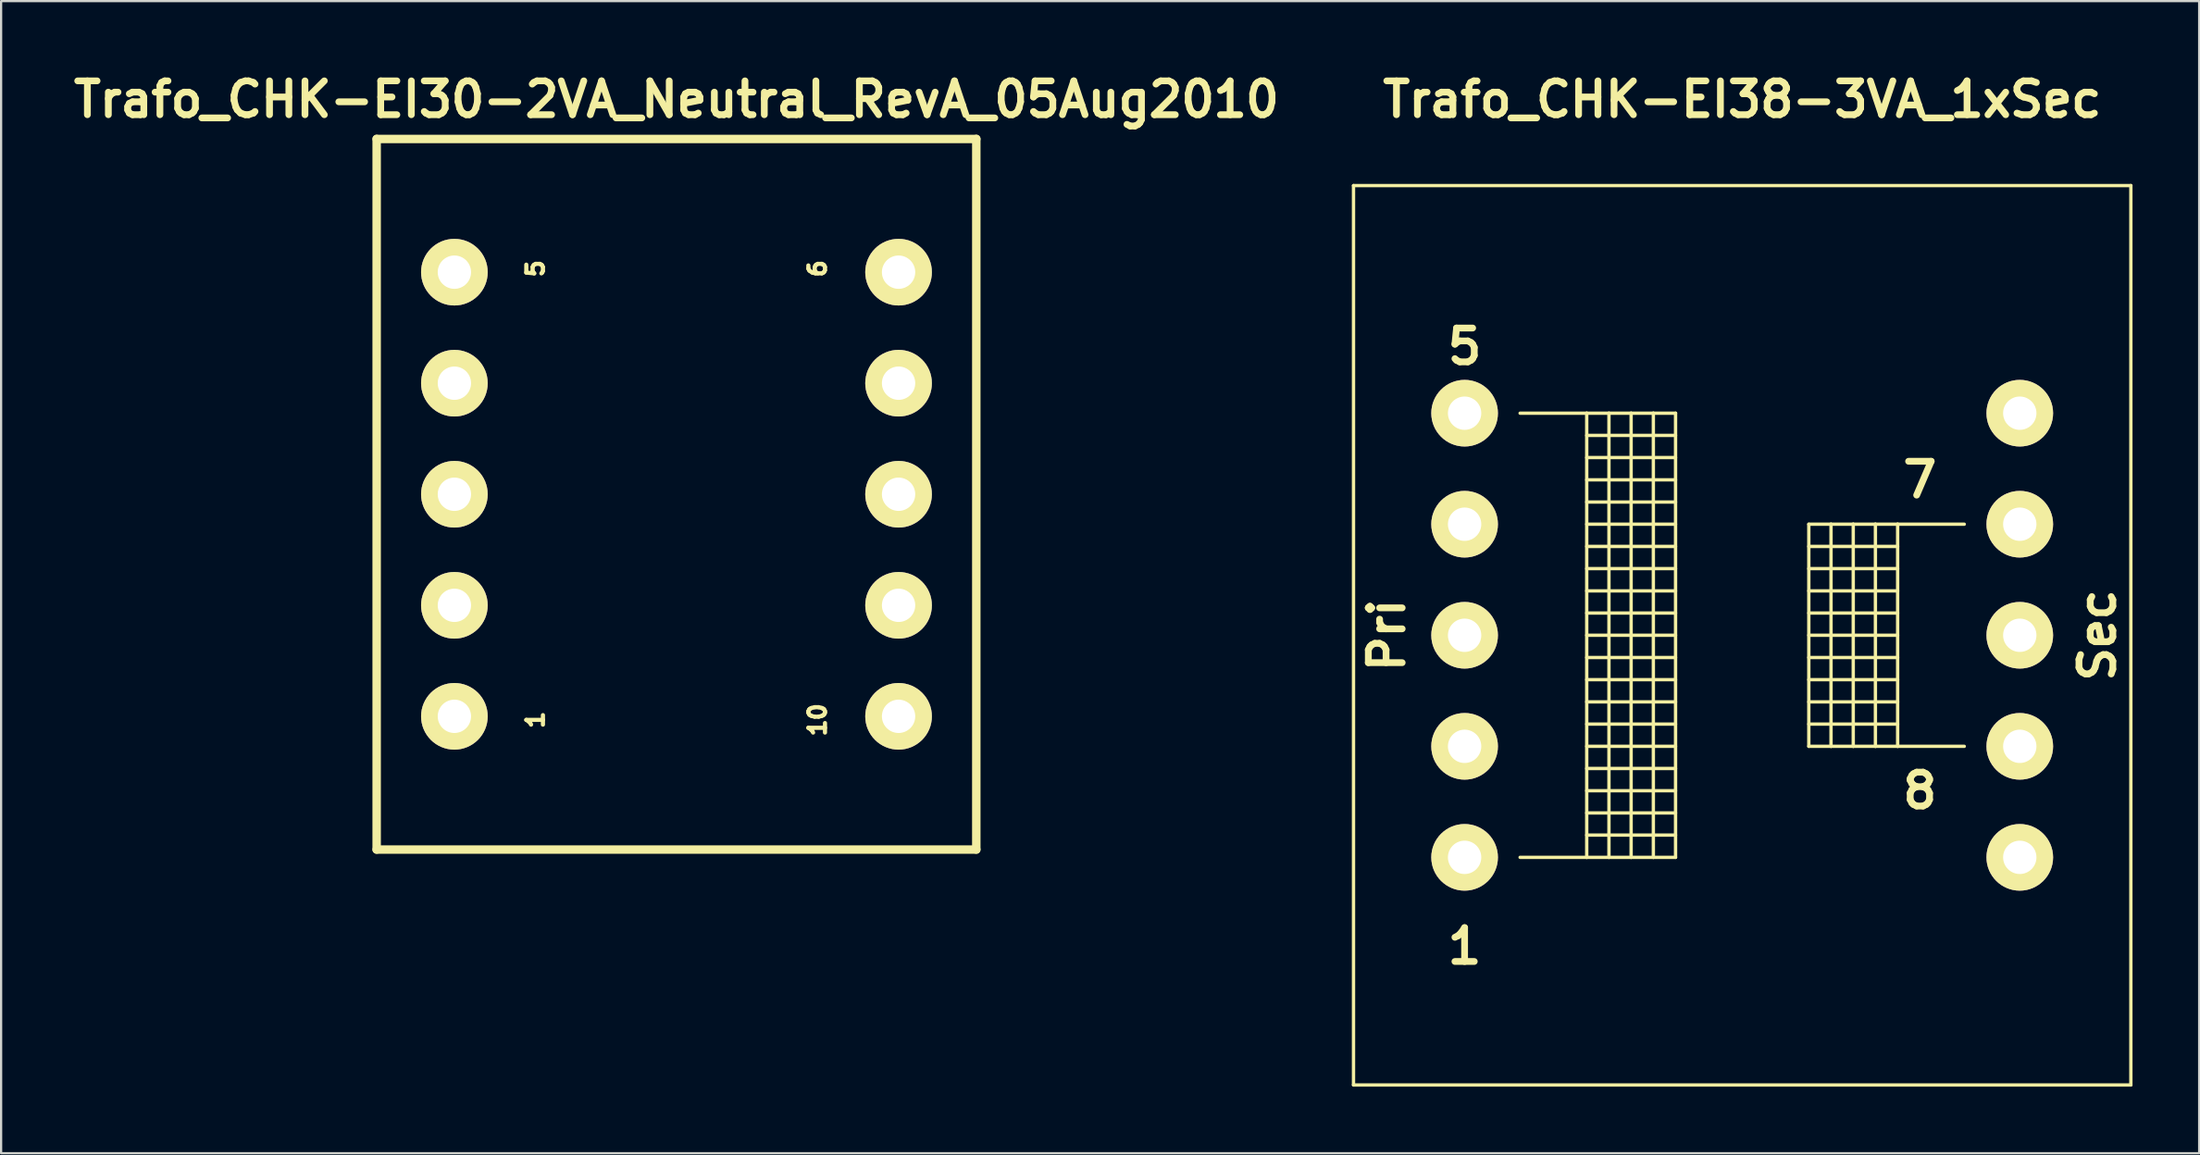
<source format=kicad_pcb>
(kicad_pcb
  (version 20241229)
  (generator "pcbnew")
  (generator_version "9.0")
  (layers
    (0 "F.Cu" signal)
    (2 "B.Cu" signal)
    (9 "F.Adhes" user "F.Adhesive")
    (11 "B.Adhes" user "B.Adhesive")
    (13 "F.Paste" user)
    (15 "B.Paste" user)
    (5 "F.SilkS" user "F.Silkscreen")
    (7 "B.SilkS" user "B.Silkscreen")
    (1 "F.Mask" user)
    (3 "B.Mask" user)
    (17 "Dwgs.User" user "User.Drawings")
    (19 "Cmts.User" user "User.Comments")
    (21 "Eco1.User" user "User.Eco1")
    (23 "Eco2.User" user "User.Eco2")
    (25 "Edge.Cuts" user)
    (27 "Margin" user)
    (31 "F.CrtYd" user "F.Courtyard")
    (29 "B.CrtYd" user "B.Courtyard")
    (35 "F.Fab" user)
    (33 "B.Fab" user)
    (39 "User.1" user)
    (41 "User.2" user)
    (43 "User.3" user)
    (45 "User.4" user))
  (footprint "Trafo_CHK-EI38-3VA_1xSec"
    (layer "F.Cu")
    (at 75.396 25.556)
    (property "Reference" "Trafo_CHK-EI38-3VA_1xSec" (at 0 -24.13 0) (layer "F.SilkS") (effects (font (size 1.524 1.524) (thickness 0.305))))
    (attr through_hole)
    (fp_line (start -17.501 -20.249) (end -17.501 20.249) (stroke (width 0.15) (type solid)) (layer "F.SilkS"))
    (fp_line (start -17.501 20.249) (end 17.501 20.249) (stroke (width 0.15) (type solid)) (layer "F.SilkS"))
    (fp_line (start -10 -10) (end -7 -10) (stroke (width 0.15) (type solid)) (layer "F.SilkS"))
    (fp_line (start -7 -10) (end -7 10) (stroke (width 0.15) (type solid)) (layer "F.SilkS"))
    (fp_line (start -7 -10) (end -5.999 -10) (stroke (width 0.15) (type solid)) (layer "F.SilkS"))
    (fp_line (start -7 -8.999) (end -3 -8.999) (stroke (width 0.15) (type solid)) (layer "F.SilkS"))
    (fp_line (start -7 -8.001) (end -3 -8.001) (stroke (width 0.15) (type solid)) (layer "F.SilkS"))
    (fp_line (start -7 -7) (end -3 -7) (stroke (width 0.15) (type solid)) (layer "F.SilkS"))
    (fp_line (start -7 -5.999) (end -3 -5.999) (stroke (width 0.15) (type solid)) (layer "F.SilkS"))
    (fp_line (start -7 -5.001) (end -3 -5.001) (stroke (width 0.15) (type solid)) (layer "F.SilkS"))
    (fp_line (start -7 -4) (end -3 -4) (stroke (width 0.15) (type solid)) (layer "F.SilkS"))
    (fp_line (start -7 -3) (end -3 -3) (stroke (width 0.15) (type solid)) (layer "F.SilkS"))
    (fp_line (start -7 -1.999) (end -3 -1.999) (stroke (width 0.15) (type solid)) (layer "F.SilkS"))
    (fp_line (start -7 -1.001) (end -3 -1.001) (stroke (width 0.15) (type solid)) (layer "F.SilkS"))
    (fp_line (start -7 0) (end -3 0) (stroke (width 0.15) (type solid)) (layer "F.SilkS"))
    (fp_line (start -7 1.001) (end -3 1.001) (stroke (width 0.15) (type solid)) (layer "F.SilkS"))
    (fp_line (start -7 1.999) (end -3 1.999) (stroke (width 0.15) (type solid)) (layer "F.SilkS"))
    (fp_line (start -7 3) (end -3 3) (stroke (width 0.15) (type solid)) (layer "F.SilkS"))
    (fp_line (start -7 4) (end -3 4) (stroke (width 0.15) (type solid)) (layer "F.SilkS"))
    (fp_line (start -7 5.001) (end -3 5.001) (stroke (width 0.15) (type solid)) (layer "F.SilkS"))
    (fp_line (start -7 5.999) (end -3 5.999) (stroke (width 0.15) (type solid)) (layer "F.SilkS"))
    (fp_line (start -7 7) (end -3 7) (stroke (width 0.15) (type solid)) (layer "F.SilkS"))
    (fp_line (start -7 8.001) (end -3 8.001) (stroke (width 0.15) (type solid)) (layer "F.SilkS"))
    (fp_line (start -7 8.999) (end -3 8.999) (stroke (width 0.15) (type solid)) (layer "F.SilkS"))
    (fp_line (start -7 10) (end -10 10) (stroke (width 0.15) (type solid)) (layer "F.SilkS"))
    (fp_line (start -5.999 -10) (end -5.999 10) (stroke (width 0.15) (type solid)) (layer "F.SilkS"))
    (fp_line (start -5.999 -10) (end -5.001 -10) (stroke (width 0.15) (type solid)) (layer "F.SilkS"))
    (fp_line (start -5.999 10) (end -7 10) (stroke (width 0.15) (type solid)) (layer "F.SilkS"))
    (fp_line (start -5.001 -10) (end -5.001 10) (stroke (width 0.15) (type solid)) (layer "F.SilkS"))
    (fp_line (start -5.001 -10) (end -4 -10) (stroke (width 0.15) (type solid)) (layer "F.SilkS"))
    (fp_line (start -5.001 10) (end -5.999 10) (stroke (width 0.15) (type solid)) (layer "F.SilkS"))
    (fp_line (start -4 -10) (end -4 10) (stroke (width 0.15) (type solid)) (layer "F.SilkS"))
    (fp_line (start -4 -10) (end -3 -10) (stroke (width 0.15) (type solid)) (layer "F.SilkS"))
    (fp_line (start -4 10) (end -5.001 10) (stroke (width 0.15) (type solid)) (layer "F.SilkS"))
    (fp_line (start -3 -10) (end -3 10) (stroke (width 0.15) (type solid)) (layer "F.SilkS"))
    (fp_line (start -3 10) (end -4 10) (stroke (width 0.15) (type solid)) (layer "F.SilkS"))
    (fp_line (start 3 -5.001) (end 3 5.001) (stroke (width 0.15) (type solid)) (layer "F.SilkS"))
    (fp_line (start 3 -4) (end 7 -4) (stroke (width 0.15) (type solid)) (layer "F.SilkS"))
    (fp_line (start 3 -1.999) (end 7 -1.999) (stroke (width 0.15) (type solid)) (layer "F.SilkS"))
    (fp_line (start 3 0) (end 7 0) (stroke (width 0.15) (type solid)) (layer "F.SilkS"))
    (fp_line (start 3 1.999) (end 7 1.999) (stroke (width 0.15) (type solid)) (layer "F.SilkS"))
    (fp_line (start 3 4) (end 7 4) (stroke (width 0.15) (type solid)) (layer "F.SilkS"))
    (fp_line (start 3 5.001) (end 4 5.001) (stroke (width 0.15) (type solid)) (layer "F.SilkS"))
    (fp_line (start 4 -5.001) (end 3 -5.001) (stroke (width 0.15) (type solid)) (layer "F.SilkS"))
    (fp_line (start 4 -5.001) (end 4 5.001) (stroke (width 0.15) (type solid)) (layer "F.SilkS"))
    (fp_line (start 4 5.001) (end 5.001 5.001) (stroke (width 0.15) (type solid)) (layer "F.SilkS"))
    (fp_line (start 5.001 -5.001) (end 4 -5.001) (stroke (width 0.15) (type solid)) (layer "F.SilkS"))
    (fp_line (start 5.001 -5.001) (end 5.001 5.001) (stroke (width 0.15) (type solid)) (layer "F.SilkS"))
    (fp_line (start 5.001 5.001) (end 5.999 5.001) (stroke (width 0.15) (type solid)) (layer "F.SilkS"))
    (fp_line (start 5.999 -5.001) (end 5.001 -5.001) (stroke (width 0.15) (type solid)) (layer "F.SilkS"))
    (fp_line (start 5.999 -5.001) (end 5.999 5.001) (stroke (width 0.15) (type solid)) (layer "F.SilkS"))
    (fp_line (start 5.999 5.001) (end 7 5.001) (stroke (width 0.15) (type solid)) (layer "F.SilkS"))
    (fp_line (start 7 -5.001) (end 5.999 -5.001) (stroke (width 0.15) (type solid)) (layer "F.SilkS"))
    (fp_line (start 7 -5.001) (end 7 5.001) (stroke (width 0.15) (type solid)) (layer "F.SilkS"))
    (fp_line (start 7 -3) (end 3 -3) (stroke (width 0.15) (type solid)) (layer "F.SilkS"))
    (fp_line (start 7 -1.001) (end 3 -1.001) (stroke (width 0.15) (type solid)) (layer "F.SilkS"))
    (fp_line (start 7 1.001) (end 3 1.001) (stroke (width 0.15) (type solid)) (layer "F.SilkS"))
    (fp_line (start 7 3) (end 3 3) (stroke (width 0.15) (type solid)) (layer "F.SilkS"))
    (fp_line (start 7 5.001) (end 10 5.001) (stroke (width 0.15) (type solid)) (layer "F.SilkS"))
    (fp_line (start 10 -5.001) (end 7 -5.001) (stroke (width 0.15) (type solid)) (layer "F.SilkS"))
    (fp_line (start 17.501 -20.249) (end -17.501 -20.249) (stroke (width 0.15) (type solid)) (layer "F.SilkS"))
    (fp_line (start 17.501 20.249) (end 17.501 -20.249) (stroke (width 0.15) (type solid)) (layer "F.SilkS"))
    (fp_text user "Pri" (at -15.999 0 90) (layer "F.SilkS") (effects (font (size 1.524 1.524) (thickness 0.305))))
    (fp_text user "Sec" (at 15.999 0 90) (layer "F.SilkS") (effects (font (size 1.524 1.524) (thickness 0.305))))
    (fp_text user "7" (at 8.001 -7 0) (layer "F.SilkS") (effects (font (size 1.524 1.524) (thickness 0.305))))
    (fp_text user "8" (at 8.001 7 0) (layer "F.SilkS") (effects (font (size 1.524 1.524) (thickness 0.305))))
    (fp_text user "5" (at -12.499 -13 0) (layer "F.SilkS") (effects (font (size 1.524 1.524) (thickness 0.305))))
    (fp_text user "1" (at -12.499 14 0) (layer "F.SilkS") (effects (font (size 1.524 1.524) (thickness 0.305))))
    (pad "1" thru_hole circle (at -12.499 10) (size 3 3) (drill 1.501) (layers "*.Cu" "*.Mask" "F.SilkS"))
    (pad "2" thru_hole circle (at -12.499 5.001) (size 3 3) (drill 1.501) (layers "*.Cu" "*.Mask" "F.SilkS"))
    (pad "3" thru_hole circle (at -12.499 0) (size 3 3) (drill 1.501) (layers "*.Cu" "*.Mask" "F.SilkS"))
    (pad "4" thru_hole circle (at -12.499 -5.001) (size 3 3) (drill 1.501) (layers "*.Cu" "*.Mask" "F.SilkS"))
    (pad "5" thru_hole circle (at -12.499 -10) (size 3 3) (drill 1.501) (layers "*.Cu" "*.Mask" "F.SilkS"))
    (pad "6" thru_hole circle (at 12.499 -10) (size 3 3) (drill 1.501) (layers "*.Cu" "*.Mask" "F.SilkS"))
    (pad "7" thru_hole circle (at 12.499 -5.001) (size 3 3) (drill 1.501) (layers "*.Cu" "*.Mask" "F.SilkS"))
    (pad "8" thru_hole circle (at 12.499 0) (size 3 3) (drill 1.501) (layers "*.Cu" "*.Mask" "F.SilkS"))
    (pad "9" thru_hole circle (at 12.499 5.001) (size 3 3) (drill 1.501) (layers "*.Cu" "*.Mask" "F.SilkS"))
    (pad "10" thru_hole circle (at 12.499 10) (size 3 3) (drill 1.501) (layers "*.Cu" "*.Mask" "F.SilkS")))
  (footprint "Trafo_CHK-EI30-2VA_Neutral_RevA_05Aug2010"
    (layer "F.Cu")
    (at 27.41 19.206)
    (property "Reference" "Trafo_CHK-EI30-2VA_Neutral_RevA_05Aug2010" (at 0 -17.78 0) (layer "F.SilkS") (effects (font (size 1.524 1.524) (thickness 0.305))))
    (attr through_hole)
    (fp_line (start -13.5 -15.999) (end -13.5 15.999) (stroke (width 0.381) (type solid)) (layer "F.SilkS"))
    (fp_line (start -13.5 15.999) (end 13.5 15.999) (stroke (width 0.381) (type solid)) (layer "F.SilkS"))
    (fp_line (start 13.5 -15.999) (end -13.5 -15.999) (stroke (width 0.381) (type solid)) (layer "F.SilkS"))
    (fp_line (start 13.5 15.999) (end 13.5 -15.999) (stroke (width 0.381) (type solid)) (layer "F.SilkS"))
    (fp_text user "1" (at -6.35 10.16 90) (layer "F.SilkS") (effects (font (size 0.749 0.749) (thickness 0.188))))
    (fp_text user "5" (at -6.35 -10.16 90) (layer "F.SilkS") (effects (font (size 0.749 0.749) (thickness 0.188))))
    (fp_text user "10" (at 6.35 10.16 90) (layer "F.SilkS") (effects (font (size 0.749 0.749) (thickness 0.188))))
    (fp_text user "6" (at 6.35 -10.16 90) (layer "F.SilkS") (effects (font (size 0.749 0.749) (thickness 0.188))))
    (pad "1" thru_hole circle (at -10 10) (size 3 3) (drill 1.501) (layers "*.Cu" "*.Mask" "F.SilkS"))
    (pad "2" thru_hole circle (at -10 5.001) (size 3 3) (drill 1.501) (layers "*.Cu" "*.Mask" "F.SilkS"))
    (pad "3" thru_hole circle (at -10 0) (size 3 3) (drill 1.501) (layers "*.Cu" "*.Mask" "F.SilkS"))
    (pad "4" thru_hole circle (at -10 -5.001) (size 3 3) (drill 1.501) (layers "*.Cu" "*.Mask" "F.SilkS"))
    (pad "5" thru_hole circle (at -10 -10) (size 3 3) (drill 1.501) (layers "*.Cu" "*.Mask" "F.SilkS"))
    (pad "6" thru_hole circle (at 10 -10) (size 3 3) (drill 1.501) (layers "*.Cu" "*.Mask" "F.SilkS"))
    (pad "7" thru_hole circle (at 10 -5.001) (size 3 3) (drill 1.501) (layers "*.Cu" "*.Mask" "F.SilkS"))
    (pad "8" thru_hole circle (at 10 0) (size 3 3) (drill 1.501) (layers "*.Cu" "*.Mask" "F.SilkS"))
    (pad "9" thru_hole circle (at 10 5.001) (size 3 3) (drill 1.501) (layers "*.Cu" "*.Mask" "F.SilkS"))
    (pad "10" thru_hole circle (at 10 10) (size 3 3) (drill 1.501) (layers "*.Cu" "*.Mask" "F.SilkS")))
  (gr_rect
    (start -3 -3)
    (end 95.972 48.88)
    (stroke (width 0.1) (type default))
    (fill no)
    (layer "Edge.Cuts")))
</source>
